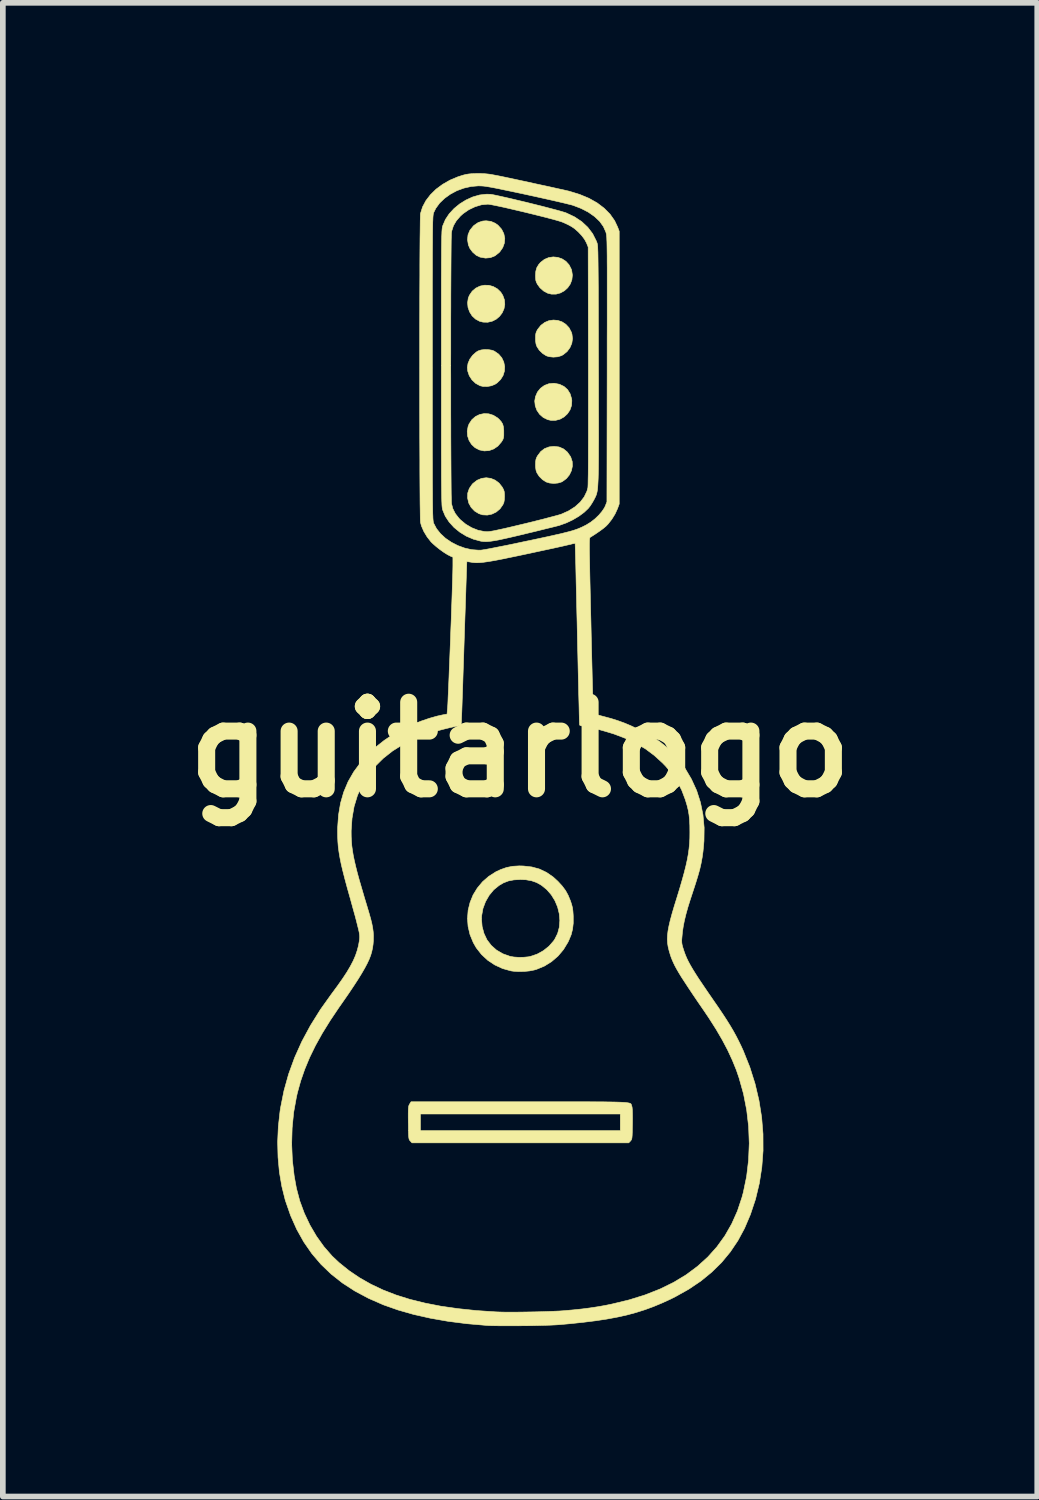
<source format=kicad_pcb>
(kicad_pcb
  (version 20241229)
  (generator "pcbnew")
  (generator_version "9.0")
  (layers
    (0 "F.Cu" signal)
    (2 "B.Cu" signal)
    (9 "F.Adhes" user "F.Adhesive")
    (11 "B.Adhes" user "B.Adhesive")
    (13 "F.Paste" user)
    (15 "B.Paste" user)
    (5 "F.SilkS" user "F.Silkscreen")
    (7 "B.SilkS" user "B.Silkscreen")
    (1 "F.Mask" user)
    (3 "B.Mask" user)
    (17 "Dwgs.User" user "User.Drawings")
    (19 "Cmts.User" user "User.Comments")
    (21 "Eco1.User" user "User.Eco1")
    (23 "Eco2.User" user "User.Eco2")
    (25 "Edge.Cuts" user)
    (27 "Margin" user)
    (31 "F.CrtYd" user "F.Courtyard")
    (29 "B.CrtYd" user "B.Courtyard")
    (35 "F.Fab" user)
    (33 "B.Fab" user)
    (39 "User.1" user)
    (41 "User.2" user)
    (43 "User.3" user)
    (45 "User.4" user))
  (footprint "guitarlogo"
    (layer "F.Cu")
    (at 6.103 10.145)
    (property "Reference" "guitarlogo" (at 0 0 0) (layer "F.SilkS") (effects (font (size 1.524 1.524) (thickness 0.3))))
    (attr through_hole)
    (fp_poly (pts (xy -0.547 -8.173) (xy -0.47 -8.151) (xy -0.399 -8.111) (xy -0.339 -8.053) (xy -0.303 -7.996) (xy -0.274 -7.916) (xy -0.268 -7.836) (xy -0.282 -7.759) (xy -0.314 -7.688) (xy -0.361 -7.626) (xy -0.42 -7.576) (xy -0.49 -7.541) (xy -0.568 -7.523) (xy -0.65 -7.525) (xy -0.711 -7.54) (xy -0.783 -7.579) (xy -0.843 -7.635) (xy -0.887 -7.705) (xy -0.915 -7.783) (xy -0.923 -7.865) (xy -0.911 -7.946) (xy -0.891 -7.997) (xy -0.841 -8.07) (xy -0.777 -8.124) (xy -0.705 -8.159) (xy -0.627 -8.175) (xy -0.547 -8.173)) (stroke (width 0.01) (type solid)) (fill yes) (layer "F.SilkS"))
    (fp_poly (pts (xy 0.602 -6.449) (xy 0.695 -6.431) (xy 0.774 -6.393) (xy 0.837 -6.337) (xy 0.882 -6.264) (xy 0.908 -6.176) (xy 0.912 -6.143) (xy 0.907 -6.058) (xy 0.88 -5.98) (xy 0.835 -5.912) (xy 0.776 -5.857) (xy 0.705 -5.817) (xy 0.626 -5.796) (xy 0.543 -5.796) (xy 0.486 -5.809) (xy 0.409 -5.847) (xy 0.345 -5.903) (xy 0.297 -5.973) (xy 0.268 -6.052) (xy 0.259 -6.136) (xy 0.272 -6.213) (xy 0.307 -6.294) (xy 0.361 -6.361) (xy 0.43 -6.411) (xy 0.509 -6.441) (xy 0.595 -6.449) (xy 0.602 -6.449)) (stroke (width 0.01) (type solid)) (fill yes) (layer "F.SilkS"))
    (fp_poly (pts (xy -0.511 -9.298) (xy -0.435 -9.265) (xy -0.386 -9.229) (xy -0.324 -9.16) (xy -0.285 -9.082) (xy -0.268 -9) (xy -0.275 -8.917) (xy -0.304 -8.837) (xy -0.356 -8.762) (xy -0.369 -8.749) (xy -0.441 -8.692) (xy -0.521 -8.66) (xy -0.607 -8.652) (xy -0.7 -8.669) (xy -0.703 -8.669) (xy -0.771 -8.702) (xy -0.832 -8.755) (xy -0.881 -8.82) (xy -0.909 -8.884) (xy -0.924 -8.977) (xy -0.915 -9.063) (xy -0.881 -9.143) (xy -0.823 -9.215) (xy -0.808 -9.229) (xy -0.736 -9.278) (xy -0.657 -9.304) (xy -0.597 -9.309) (xy -0.511 -9.298)) (stroke (width 0.01) (type solid)) (fill yes) (layer "F.SilkS"))
    (fp_poly (pts (xy -0.55 -7.04) (xy -0.487 -7.029) (xy -0.451 -7.014) (xy -0.376 -6.962) (xy -0.321 -6.897) (xy -0.286 -6.823) (xy -0.27 -6.744) (xy -0.274 -6.664) (xy -0.298 -6.586) (xy -0.342 -6.515) (xy -0.405 -6.454) (xy -0.44 -6.431) (xy -0.503 -6.405) (xy -0.576 -6.392) (xy -0.649 -6.393) (xy -0.702 -6.405) (xy -0.78 -6.447) (xy -0.845 -6.508) (xy -0.893 -6.582) (xy -0.921 -6.665) (xy -0.927 -6.726) (xy -0.915 -6.8) (xy -0.883 -6.874) (xy -0.833 -6.942) (xy -0.771 -6.997) (xy -0.737 -7.018) (xy -0.685 -7.035) (xy -0.62 -7.043) (xy -0.55 -7.04)) (stroke (width 0.01) (type solid)) (fill yes) (layer "F.SilkS"))
    (fp_poly (pts (xy 0.665 -8.665) (xy 0.74 -8.639) (xy 0.808 -8.595) (xy 0.863 -8.534) (xy 0.902 -8.458) (xy 0.909 -8.438) (xy 0.922 -8.353) (xy 0.913 -8.271) (xy 0.885 -8.196) (xy 0.84 -8.131) (xy 0.781 -8.077) (xy 0.712 -8.039) (xy 0.635 -8.018) (xy 0.553 -8.018) (xy 0.488 -8.034) (xy 0.417 -8.072) (xy 0.352 -8.129) (xy 0.308 -8.189) (xy 0.289 -8.226) (xy 0.278 -8.26) (xy 0.274 -8.303) (xy 0.273 -8.344) (xy 0.278 -8.421) (xy 0.296 -8.484) (xy 0.329 -8.539) (xy 0.361 -8.576) (xy 0.429 -8.629) (xy 0.505 -8.661) (xy 0.585 -8.673) (xy 0.665 -8.665)) (stroke (width 0.01) (type solid)) (fill yes) (layer "F.SilkS"))
    (fp_poly (pts (xy -0.55 -5.911) (xy -0.47 -5.886) (xy -0.396 -5.84) (xy -0.369 -5.816) (xy -0.33 -5.772) (xy -0.305 -5.73) (xy -0.292 -5.681) (xy -0.286 -5.618) (xy -0.286 -5.587) (xy -0.286 -5.532) (xy -0.29 -5.495) (xy -0.298 -5.466) (xy -0.313 -5.438) (xy -0.328 -5.415) (xy -0.39 -5.343) (xy -0.463 -5.293) (xy -0.544 -5.264) (xy -0.63 -5.258) (xy -0.716 -5.276) (xy -0.792 -5.316) (xy -0.853 -5.373) (xy -0.897 -5.443) (xy -0.923 -5.522) (xy -0.929 -5.606) (xy -0.913 -5.691) (xy -0.896 -5.734) (xy -0.847 -5.808) (xy -0.784 -5.863) (xy -0.711 -5.899) (xy -0.632 -5.915) (xy -0.55 -5.911)) (stroke (width 0.01) (type solid)) (fill yes) (layer "F.SilkS"))
    (fp_poly (pts (xy 0.666 -7.555) (xy 0.74 -7.53) (xy 0.807 -7.486) (xy 0.863 -7.426) (xy 0.904 -7.348) (xy 0.914 -7.316) (xy 0.924 -7.235) (xy 0.912 -7.153) (xy 0.879 -7.076) (xy 0.829 -7.008) (xy 0.763 -6.954) (xy 0.73 -6.935) (xy 0.663 -6.915) (xy 0.586 -6.909) (xy 0.511 -6.917) (xy 0.462 -6.933) (xy 0.398 -6.974) (xy 0.339 -7.031) (xy 0.298 -7.094) (xy 0.282 -7.138) (xy 0.274 -7.193) (xy 0.273 -7.24) (xy 0.274 -7.293) (xy 0.28 -7.331) (xy 0.292 -7.363) (xy 0.311 -7.398) (xy 0.368 -7.469) (xy 0.436 -7.52) (xy 0.51 -7.551) (xy 0.588 -7.562) (xy 0.666 -7.555)) (stroke (width 0.01) (type solid)) (fill yes) (layer "F.SilkS"))
    (fp_poly (pts (xy 0.686 -5.328) (xy 0.765 -5.294) (xy 0.832 -5.239) (xy 0.887 -5.161) (xy 0.894 -5.147) (xy 0.919 -5.071) (xy 0.922 -4.991) (xy 0.905 -4.911) (xy 0.869 -4.836) (xy 0.816 -4.771) (xy 0.748 -4.721) (xy 0.732 -4.712) (xy 0.669 -4.693) (xy 0.595 -4.686) (xy 0.521 -4.693) (xy 0.462 -4.711) (xy 0.398 -4.751) (xy 0.339 -4.809) (xy 0.298 -4.872) (xy 0.282 -4.916) (xy 0.274 -4.972) (xy 0.273 -5.016) (xy 0.275 -5.071) (xy 0.281 -5.111) (xy 0.294 -5.145) (xy 0.308 -5.171) (xy 0.364 -5.246) (xy 0.431 -5.298) (xy 0.512 -5.329) (xy 0.597 -5.338) (xy 0.686 -5.328)) (stroke (width 0.01) (type solid)) (fill yes) (layer "F.SilkS"))
    (fp_poly (pts (xy -0.514 -4.775) (xy -0.437 -4.743) (xy -0.368 -4.691) (xy -0.311 -4.618) (xy -0.308 -4.612) (xy -0.289 -4.576) (xy -0.278 -4.542) (xy -0.274 -4.499) (xy -0.273 -4.458) (xy -0.276 -4.396) (xy -0.284 -4.351) (xy -0.301 -4.312) (xy -0.301 -4.312) (xy -0.352 -4.239) (xy -0.418 -4.183) (xy -0.494 -4.146) (xy -0.575 -4.129) (xy -0.658 -4.133) (xy -0.724 -4.154) (xy -0.799 -4.2) (xy -0.86 -4.264) (xy -0.901 -4.338) (xy -0.902 -4.34) (xy -0.923 -4.43) (xy -0.92 -4.517) (xy -0.892 -4.598) (xy -0.84 -4.673) (xy -0.827 -4.686) (xy -0.755 -4.742) (xy -0.676 -4.775) (xy -0.595 -4.786) (xy -0.514 -4.775)) (stroke (width 0.01) (type solid)) (fill yes) (layer "F.SilkS"))
    (fp_poly (pts (xy 0.891 6.198) (xy 1.062 6.198) (xy 1.213 6.198) (xy 1.346 6.199) (xy 1.462 6.199) (xy 1.562 6.201) (xy 1.648 6.202) (xy 1.72 6.204) (xy 1.779 6.206) (xy 1.828 6.209) (xy 1.867 6.212) (xy 1.897 6.216) (xy 1.919 6.22) (xy 1.936 6.225) (xy 1.947 6.231) (xy 1.954 6.237) (xy 1.958 6.245) (xy 1.961 6.253) (xy 1.964 6.262) (xy 1.967 6.271) (xy 1.973 6.296) (xy 1.977 6.34) (xy 1.979 6.405) (xy 1.98 6.492) (xy 1.979 6.582) (xy 1.977 6.672) (xy 1.976 6.74) (xy 1.974 6.79) (xy 1.971 6.826) (xy 1.967 6.85) (xy 1.961 6.866) (xy 1.953 6.878) (xy 1.944 6.889) (xy 1.913 6.921) (xy -1.901 6.921) (xy -1.931 6.889) (xy -1.941 6.878) (xy -1.949 6.866) (xy -1.954 6.849) (xy -1.958 6.825) (xy -1.961 6.79) (xy -1.963 6.741) (xy -1.964 6.673) (xy -1.965 6.584) (xy -1.966 6.568) (xy -1.967 6.475) (xy -1.967 6.413) (xy -1.753 6.413) (xy -1.753 6.706) (xy 1.765 6.706) (xy 1.765 6.413) (xy -1.753 6.413) (xy -1.967 6.413) (xy -1.967 6.403) (xy -1.966 6.35) (xy -1.964 6.311) (xy -1.961 6.284) (xy -1.956 6.264) (xy -1.949 6.249) (xy -1.944 6.239) (xy -1.918 6.198) (xy -0.009 6.198) (xy 0.251 6.198) (xy 0.487 6.198) (xy 0.7 6.198) (xy 0.891 6.198)) (stroke (width 0.01) (type solid)) (fill yes) (layer "F.SilkS"))
    (fp_poly (pts (xy 0.062 2.048) (xy 0.209 2.065) (xy 0.343 2.102) (xy 0.467 2.161) (xy 0.584 2.242) (xy 0.667 2.318) (xy 0.742 2.4) (xy 0.801 2.479) (xy 0.847 2.563) (xy 0.888 2.662) (xy 0.893 2.676) (xy 0.911 2.734) (xy 0.924 2.786) (xy 0.931 2.841) (xy 0.936 2.91) (xy 0.937 2.936) (xy 0.937 3.055) (xy 0.925 3.16) (xy 0.9 3.258) (xy 0.859 3.357) (xy 0.844 3.389) (xy 0.765 3.519) (xy 0.668 3.634) (xy 0.554 3.732) (xy 0.428 3.81) (xy 0.29 3.867) (xy 0.248 3.879) (xy 0.166 3.895) (xy 0.071 3.904) (xy -0.026 3.906) (xy -0.116 3.9) (xy -0.159 3.894) (xy -0.306 3.853) (xy -0.443 3.79) (xy -0.568 3.707) (xy -0.677 3.606) (xy -0.769 3.489) (xy -0.822 3.397) (xy -0.88 3.256) (xy -0.914 3.112) (xy -0.924 2.978) (xy -0.678 2.978) (xy -0.667 3.113) (xy -0.634 3.236) (xy -0.581 3.348) (xy -0.507 3.445) (xy -0.415 3.527) (xy -0.305 3.592) (xy -0.179 3.637) (xy -0.178 3.638) (xy -0.107 3.65) (xy -0.021 3.656) (xy 0.068 3.654) (xy 0.151 3.646) (xy 0.187 3.638) (xy 0.302 3.599) (xy 0.412 3.538) (xy 0.51 3.46) (xy 0.591 3.367) (xy 0.611 3.338) (xy 0.662 3.236) (xy 0.692 3.125) (xy 0.701 3.008) (xy 0.691 2.889) (xy 0.662 2.771) (xy 0.615 2.659) (xy 0.551 2.555) (xy 0.471 2.463) (xy 0.379 2.388) (xy 0.293 2.339) (xy 0.204 2.308) (xy 0.104 2.29) (xy 0.006 2.286) (xy -0.107 2.292) (xy -0.204 2.311) (xy -0.292 2.345) (xy -0.367 2.389) (xy -0.463 2.467) (xy -0.543 2.564) (xy -0.607 2.675) (xy -0.652 2.795) (xy -0.675 2.921) (xy -0.678 2.978) (xy -0.924 2.978) (xy -0.924 2.968) (xy -0.913 2.826) (xy -0.879 2.689) (xy -0.826 2.558) (xy -0.752 2.437) (xy -0.66 2.326) (xy -0.55 2.23) (xy -0.423 2.149) (xy -0.339 2.11) (xy -0.236 2.074) (xy -0.13 2.053) (xy -0.014 2.046) (xy 0.062 2.048)) (stroke (width 0.01) (type solid)) (fill yes) (layer "F.SilkS"))
    (fp_poly (pts (xy -0.521 -9.775) (xy -0.487 -9.77) (xy -0.432 -9.759) (xy -0.358 -9.743) (xy -0.269 -9.723) (xy -0.168 -9.7) (xy -0.059 -9.674) (xy 0.056 -9.647) (xy 0.174 -9.618) (xy 0.29 -9.589) (xy 0.403 -9.561) (xy 0.509 -9.533) (xy 0.604 -9.508) (xy 0.686 -9.486) (xy 0.751 -9.467) (xy 0.797 -9.453) (xy 0.811 -9.448) (xy 0.959 -9.378) (xy 1.086 -9.294) (xy 1.192 -9.195) (xy 1.278 -9.082) (xy 1.342 -8.955) (xy 1.356 -8.919) (xy 1.359 -8.91) (xy 1.361 -8.898) (xy 1.364 -8.882) (xy 1.366 -8.861) (xy 1.368 -8.833) (xy 1.369 -8.798) (xy 1.371 -8.755) (xy 1.372 -8.702) (xy 1.373 -8.637) (xy 1.374 -8.561) (xy 1.375 -8.471) (xy 1.376 -8.367) (xy 1.377 -8.248) (xy 1.378 -8.111) (xy 1.378 -7.957) (xy 1.379 -7.783) (xy 1.379 -7.589) (xy 1.38 -7.374) (xy 1.38 -7.136) (xy 1.381 -6.874) (xy 1.381 -6.766) (xy 1.382 -6.49) (xy 1.382 -6.237) (xy 1.382 -6.007) (xy 1.383 -5.8) (xy 1.383 -5.613) (xy 1.383 -5.445) (xy 1.382 -5.296) (xy 1.382 -5.163) (xy 1.381 -5.047) (xy 1.38 -4.945) (xy 1.378 -4.857) (xy 1.376 -4.781) (xy 1.373 -4.717) (xy 1.37 -4.662) (xy 1.367 -4.616) (xy 1.363 -4.578) (xy 1.358 -4.546) (xy 1.352 -4.519) (xy 1.346 -4.496) (xy 1.339 -4.476) (xy 1.331 -4.458) (xy 1.323 -4.44) (xy 1.313 -4.422) (xy 1.303 -4.401) (xy 1.303 -4.401) (xy 1.271 -4.345) (xy 1.234 -4.288) (xy 1.2 -4.245) (xy 1.127 -4.176) (xy 1.035 -4.108) (xy 0.928 -4.045) (xy 0.814 -3.991) (xy 0.697 -3.949) (xy 0.684 -3.945) (xy 0.657 -3.938) (xy 0.609 -3.926) (xy 0.541 -3.909) (xy 0.458 -3.889) (xy 0.362 -3.865) (xy 0.257 -3.839) (xy 0.144 -3.812) (xy 0.083 -3.797) (xy -0.064 -3.762) (xy -0.188 -3.733) (xy -0.292 -3.71) (xy -0.379 -3.691) (xy -0.452 -3.678) (xy -0.512 -3.669) (xy -0.562 -3.664) (xy -0.606 -3.662) (xy -0.644 -3.664) (xy -0.68 -3.668) (xy -0.692 -3.67) (xy -0.821 -3.705) (xy -0.945 -3.758) (xy -1.059 -3.828) (xy -1.161 -3.911) (xy -1.247 -4.006) (xy -1.315 -4.109) (xy -1.359 -4.214) (xy -1.362 -4.224) (xy -1.365 -4.235) (xy -1.367 -4.248) (xy -1.37 -4.263) (xy -1.372 -4.283) (xy -1.374 -4.307) (xy -1.375 -4.338) (xy -1.377 -4.376) (xy -1.378 -4.423) (xy -1.379 -4.479) (xy -1.38 -4.546) (xy -1.381 -4.624) (xy -1.382 -4.715) (xy -1.383 -4.82) (xy -1.383 -4.94) (xy -1.383 -5.076) (xy -1.384 -5.229) (xy -1.384 -5.4) (xy -1.384 -5.591) (xy -1.384 -5.802) (xy -1.384 -6.035) (xy -1.384 -6.29) (xy -1.384 -6.569) (xy -1.384 -6.718) (xy -1.384 -6.757) (xy -1.22 -6.757) (xy -1.219 -6.541) (xy -1.219 -6.327) (xy -1.219 -6.115) (xy -1.219 -5.908) (xy -1.218 -5.706) (xy -1.218 -5.513) (xy -1.217 -5.328) (xy -1.216 -5.154) (xy -1.215 -4.993) (xy -1.214 -4.845) (xy -1.213 -4.712) (xy -1.212 -4.597) (xy -1.211 -4.5) (xy -1.209 -4.423) (xy -1.208 -4.368) (xy -1.206 -4.337) (xy -1.206 -4.331) (xy -1.182 -4.24) (xy -1.139 -4.155) (xy -1.076 -4.074) (xy -1.048 -4.045) (xy -0.955 -3.968) (xy -0.85 -3.906) (xy -0.739 -3.862) (xy -0.626 -3.839) (xy -0.578 -3.836) (xy -0.55 -3.838) (xy -0.508 -3.844) (xy -0.451 -3.854) (xy -0.378 -3.87) (xy -0.285 -3.89) (xy -0.173 -3.916) (xy -0.039 -3.948) (xy 0.07 -3.974) (xy 0.19 -4.003) (xy 0.305 -4.032) (xy 0.413 -4.059) (xy 0.51 -4.085) (xy 0.594 -4.107) (xy 0.661 -4.125) (xy 0.709 -4.139) (xy 0.73 -4.146) (xy 0.858 -4.204) (xy 0.969 -4.275) (xy 1.06 -4.357) (xy 1.13 -4.449) (xy 1.178 -4.549) (xy 1.194 -4.607) (xy 1.196 -4.629) (xy 1.198 -4.676) (xy 1.199 -4.748) (xy 1.201 -4.845) (xy 1.202 -4.966) (xy 1.203 -5.111) (xy 1.203 -5.281) (xy 1.204 -5.474) (xy 1.204 -5.691) (xy 1.204 -5.932) (xy 1.204 -6.195) (xy 1.204 -6.482) (xy 1.204 -6.756) (xy 1.2 -8.846) (xy 1.17 -8.92) (xy 1.137 -8.981) (xy 1.087 -9.048) (xy 1.026 -9.113) (xy 0.96 -9.171) (xy 0.91 -9.205) (xy 0.86 -9.233) (xy 0.8 -9.262) (xy 0.752 -9.283) (xy 0.716 -9.296) (xy 0.659 -9.313) (xy 0.585 -9.334) (xy 0.497 -9.357) (xy 0.397 -9.383) (xy 0.288 -9.41) (xy 0.175 -9.438) (xy 0.06 -9.466) (xy -0.055 -9.493) (xy -0.166 -9.519) (xy -0.269 -9.543) (xy -0.362 -9.563) (xy -0.443 -9.58) (xy -0.506 -9.592) (xy -0.551 -9.6) (xy -0.569 -9.601) (xy -0.68 -9.59) (xy -0.792 -9.556) (xy -0.901 -9.504) (xy -1.001 -9.435) (xy -1.049 -9.392) (xy -1.121 -9.309) (xy -1.171 -9.224) (xy -1.201 -9.132) (xy -1.206 -9.104) (xy -1.208 -9.081) (xy -1.209 -9.035) (xy -1.211 -8.966) (xy -1.212 -8.876) (xy -1.213 -8.767) (xy -1.214 -8.641) (xy -1.215 -8.498) (xy -1.216 -8.342) (xy -1.217 -8.172) (xy -1.218 -7.991) (xy -1.218 -7.801) (xy -1.219 -7.602) (xy -1.219 -7.397) (xy -1.219 -7.186) (xy -1.219 -6.973) (xy -1.22 -6.757) (xy -1.384 -6.757) (xy -1.384 -7.01) (xy -1.384 -7.277) (xy -1.384 -7.521) (xy -1.384 -7.743) (xy -1.384 -7.944) (xy -1.384 -8.124) (xy -1.384 -8.287) (xy -1.383 -8.431) (xy -1.383 -8.559) (xy -1.382 -8.671) (xy -1.382 -8.769) (xy -1.381 -8.853) (xy -1.38 -8.926) (xy -1.379 -8.987) (xy -1.378 -9.038) (xy -1.376 -9.08) (xy -1.375 -9.115) (xy -1.373 -9.142) (xy -1.371 -9.164) (xy -1.369 -9.182) (xy -1.366 -9.196) (xy -1.364 -9.207) (xy -1.361 -9.218) (xy -1.359 -9.223) (xy -1.313 -9.331) (xy -1.246 -9.432) (xy -1.16 -9.525) (xy -1.061 -9.606) (xy -0.95 -9.675) (xy -0.833 -9.728) (xy -0.712 -9.763) (xy -0.591 -9.777) (xy -0.521 -9.775)) (stroke (width 0.01) (type solid)) (fill yes) (layer "F.SilkS"))
    (fp_poly (pts (xy -0.686 -10.14) (xy -0.651 -10.139) (xy -0.618 -10.137) (xy -0.584 -10.134) (xy -0.546 -10.13) (xy -0.501 -10.123) (xy -0.448 -10.113) (xy -0.384 -10.101) (xy -0.306 -10.085) (xy -0.211 -10.065) (xy -0.098 -10.041) (xy 0.036 -10.012) (xy 0.108 -9.997) (xy 0.237 -9.968) (xy 0.362 -9.941) (xy 0.479 -9.916) (xy 0.587 -9.892) (xy 0.681 -9.871) (xy 0.76 -9.854) (xy 0.82 -9.84) (xy 0.859 -9.831) (xy 0.867 -9.829) (xy 1.049 -9.773) (xy 1.213 -9.705) (xy 1.357 -9.624) (xy 1.481 -9.53) (xy 1.584 -9.426) (xy 1.665 -9.311) (xy 1.717 -9.201) (xy 1.746 -9.125) (xy 1.746 -4.324) (xy 1.716 -4.242) (xy 1.673 -4.148) (xy 1.615 -4.054) (xy 1.549 -3.97) (xy 1.513 -3.933) (xy 1.465 -3.893) (xy 1.401 -3.846) (xy 1.328 -3.796) (xy 1.253 -3.748) (xy 1.237 -3.739) (xy 1.234 -3.736) (xy 1.23 -3.731) (xy 1.227 -3.723) (xy 1.225 -3.71) (xy 1.223 -3.69) (xy 1.222 -3.662) (xy 1.221 -3.626) (xy 1.221 -3.578) (xy 1.221 -3.518) (xy 1.222 -3.444) (xy 1.224 -3.355) (xy 1.226 -3.249) (xy 1.228 -3.125) (xy 1.231 -2.981) (xy 1.235 -2.816) (xy 1.239 -2.629) (xy 1.243 -2.444) (xy 1.248 -2.259) (xy 1.252 -2.076) (xy 1.256 -1.899) (xy 1.26 -1.728) (xy 1.264 -1.567) (xy 1.268 -1.417) (xy 1.271 -1.281) (xy 1.274 -1.16) (xy 1.277 -1.057) (xy 1.279 -0.974) (xy 1.281 -0.914) (xy 1.281 -0.897) (xy 1.289 -0.631) (xy 1.477 -0.582) (xy 1.607 -0.547) (xy 1.723 -0.51) (xy 1.834 -0.47) (xy 1.946 -0.423) (xy 2.069 -0.365) (xy 2.117 -0.342) (xy 2.294 -0.247) (xy 2.449 -0.148) (xy 2.587 -0.04) (xy 2.71 0.078) (xy 2.822 0.211) (xy 2.902 0.324) (xy 3.017 0.519) (xy 3.109 0.72) (xy 3.176 0.929) (xy 3.22 1.146) (xy 3.241 1.373) (xy 3.238 1.608) (xy 3.232 1.679) (xy 3.221 1.794) (xy 3.206 1.9) (xy 3.187 2.003) (xy 3.163 2.109) (xy 3.131 2.222) (xy 3.092 2.349) (xy 3.053 2.469) (xy 3 2.63) (xy 2.956 2.77) (xy 2.921 2.895) (xy 2.894 3.006) (xy 2.874 3.107) (xy 2.86 3.201) (xy 2.856 3.24) (xy 2.85 3.306) (xy 2.846 3.354) (xy 2.847 3.391) (xy 2.851 3.423) (xy 2.859 3.459) (xy 2.873 3.504) (xy 2.874 3.508) (xy 2.893 3.565) (xy 2.913 3.619) (xy 2.937 3.675) (xy 2.965 3.732) (xy 2.999 3.795) (xy 3.04 3.865) (xy 3.089 3.944) (xy 3.148 4.036) (xy 3.219 4.141) (xy 3.301 4.262) (xy 3.392 4.394) (xy 3.488 4.533) (xy 3.57 4.655) (xy 3.641 4.764) (xy 3.702 4.862) (xy 3.755 4.952) (xy 3.803 5.039) (xy 3.847 5.125) (xy 3.89 5.213) (xy 3.93 5.301) (xy 4.045 5.589) (xy 4.137 5.881) (xy 4.206 6.175) (xy 4.253 6.471) (xy 4.277 6.766) (xy 4.278 7.06) (xy 4.256 7.35) (xy 4.212 7.634) (xy 4.145 7.913) (xy 4.055 8.183) (xy 3.951 8.427) (xy 3.835 8.642) (xy 3.701 8.841) (xy 3.548 9.026) (xy 3.375 9.196) (xy 3.182 9.354) (xy 2.968 9.498) (xy 2.732 9.63) (xy 2.648 9.672) (xy 2.497 9.741) (xy 2.348 9.803) (xy 2.198 9.858) (xy 2.043 9.907) (xy 1.881 9.951) (xy 1.709 9.989) (xy 1.526 10.023) (xy 1.327 10.053) (xy 1.11 10.08) (xy 0.873 10.105) (xy 0.679 10.122) (xy 0.614 10.126) (xy 0.528 10.13) (xy 0.425 10.133) (xy 0.31 10.136) (xy 0.185 10.139) (xy 0.057 10.14) (xy -0.072 10.141) (xy -0.198 10.141) (xy -0.315 10.141) (xy -0.42 10.14) (xy -0.509 10.138) (xy -0.578 10.135) (xy -0.591 10.134) (xy -0.937 10.104) (xy -1.266 10.062) (xy -1.579 10.007) (xy -1.873 9.941) (xy -2.146 9.863) (xy -2.399 9.774) (xy -2.407 9.771) (xy -2.667 9.657) (xy -2.907 9.529) (xy -3.126 9.387) (xy -3.325 9.23) (xy -3.504 9.058) (xy -3.664 8.87) (xy -3.806 8.665) (xy -3.93 8.443) (xy -4.037 8.203) (xy -4.127 7.944) (xy -4.133 7.925) (xy -4.192 7.688) (xy -4.235 7.437) (xy -4.259 7.176) (xy -4.265 6.941) (xy -4.019 6.941) (xy -4.007 7.224) (xy -3.975 7.503) (xy -3.936 7.719) (xy -3.877 7.942) (xy -3.797 8.159) (xy -3.698 8.368) (xy -3.582 8.566) (xy -3.451 8.749) (xy -3.307 8.914) (xy -3.184 9.03) (xy -3.01 9.17) (xy -2.824 9.296) (xy -2.625 9.409) (xy -2.412 9.51) (xy -2.183 9.599) (xy -1.937 9.676) (xy -1.674 9.741) (xy -1.393 9.796) (xy -1.091 9.839) (xy -0.768 9.873) (xy -0.423 9.896) (xy -0.368 9.898) (xy -0.303 9.9) (xy -0.216 9.901) (xy -0.113 9.901) (xy 0.002 9.9) (xy 0.124 9.898) (xy 0.249 9.896) (xy 0.373 9.893) (xy 0.491 9.889) (xy 0.599 9.885) (xy 0.691 9.881) (xy 0.765 9.876) (xy 0.776 9.875) (xy 0.946 9.86) (xy 1.097 9.844) (xy 1.235 9.826) (xy 1.367 9.806) (xy 1.498 9.783) (xy 1.619 9.758) (xy 1.921 9.685) (xy 2.203 9.597) (xy 2.464 9.494) (xy 2.705 9.376) (xy 2.925 9.243) (xy 3.125 9.094) (xy 3.306 8.93) (xy 3.466 8.751) (xy 3.606 8.557) (xy 3.726 8.347) (xy 3.827 8.121) (xy 3.907 7.88) (xy 3.931 7.791) (xy 3.989 7.511) (xy 4.023 7.223) (xy 4.035 6.93) (xy 4.024 6.637) (xy 3.99 6.344) (xy 3.934 6.057) (xy 3.855 5.776) (xy 3.808 5.639) (xy 3.737 5.465) (xy 3.656 5.29) (xy 3.561 5.11) (xy 3.452 4.923) (xy 3.326 4.725) (xy 3.239 4.596) (xy 3.135 4.445) (xy 3.045 4.312) (xy 2.967 4.195) (xy 2.901 4.094) (xy 2.844 4.007) (xy 2.797 3.93) (xy 2.758 3.863) (xy 2.726 3.804) (xy 2.7 3.75) (xy 2.678 3.7) (xy 2.659 3.652) (xy 2.644 3.607) (xy 2.623 3.535) (xy 2.607 3.469) (xy 2.597 3.404) (xy 2.593 3.338) (xy 2.596 3.268) (xy 2.605 3.191) (xy 2.621 3.105) (xy 2.644 3.006) (xy 2.675 2.891) (xy 2.714 2.758) (xy 2.756 2.623) (xy 2.809 2.45) (xy 2.853 2.299) (xy 2.89 2.165) (xy 2.92 2.046) (xy 2.944 1.938) (xy 2.962 1.839) (xy 2.975 1.744) (xy 2.984 1.652) (xy 2.989 1.559) (xy 2.99 1.462) (xy 2.99 1.454) (xy 2.989 1.336) (xy 2.984 1.236) (xy 2.975 1.148) (xy 2.961 1.065) (xy 2.94 0.98) (xy 2.912 0.888) (xy 2.908 0.875) (xy 2.846 0.712) (xy 2.769 0.563) (xy 2.675 0.424) (xy 2.561 0.288) (xy 2.503 0.229) (xy 2.362 0.101) (xy 2.212 -0.011) (xy 2.048 -0.108) (xy 1.868 -0.194) (xy 1.667 -0.271) (xy 1.644 -0.279) (xy 1.572 -0.301) (xy 1.491 -0.325) (xy 1.406 -0.349) (xy 1.321 -0.37) (xy 1.242 -0.39) (xy 1.173 -0.405) (xy 1.118 -0.415) (xy 1.082 -0.419) (xy 1.081 -0.419) (xy 1.057 -0.426) (xy 1.049 -0.435) (xy 1.048 -0.449) (xy 1.046 -0.488) (xy 1.044 -0.548) (xy 1.042 -0.63) (xy 1.04 -0.73) (xy 1.037 -0.849) (xy 1.033 -0.983) (xy 1.03 -1.132) (xy 1.026 -1.294) (xy 1.022 -1.468) (xy 1.018 -1.652) (xy 1.013 -1.844) (xy 1.009 -2.038) (xy 1.005 -2.237) (xy 1 -2.429) (xy 0.996 -2.611) (xy 0.992 -2.784) (xy 0.988 -2.945) (xy 0.985 -3.093) (xy 0.982 -3.226) (xy 0.979 -3.343) (xy 0.976 -3.443) (xy 0.974 -3.522) (xy 0.972 -3.581) (xy 0.971 -3.618) (xy 0.97 -3.631) (xy 0.957 -3.63) (xy 0.926 -3.624) (xy 0.893 -3.615) (xy 0.866 -3.609) (xy 0.818 -3.598) (xy 0.75 -3.582) (xy 0.664 -3.563) (xy 0.565 -3.541) (xy 0.452 -3.517) (xy 0.331 -3.491) (xy 0.202 -3.463) (xy 0.127 -3.447) (xy -0.042 -3.411) (xy -0.188 -3.381) (xy -0.313 -3.355) (xy -0.421 -3.334) (xy -0.511 -3.318) (xy -0.588 -3.306) (xy -0.652 -3.297) (xy -0.707 -3.292) (xy -0.753 -3.29) (xy -0.793 -3.291) (xy -0.83 -3.294) (xy -0.864 -3.3) (xy -0.902 -3.306) (xy -0.928 -3.31) (xy -0.936 -3.31) (xy -0.936 -3.298) (xy -0.938 -3.261) (xy -0.94 -3.203) (xy -0.943 -3.123) (xy -0.946 -3.025) (xy -0.95 -2.91) (xy -0.954 -2.778) (xy -0.959 -2.633) (xy -0.964 -2.475) (xy -0.97 -2.306) (xy -0.976 -2.127) (xy -0.982 -1.941) (xy -0.984 -1.88) (xy -0.99 -1.691) (xy -0.996 -1.51) (xy -1.002 -1.337) (xy -1.007 -1.174) (xy -1.012 -1.023) (xy -1.017 -0.886) (xy -1.021 -0.764) (xy -1.025 -0.658) (xy -1.029 -0.571) (xy -1.031 -0.504) (xy -1.034 -0.459) (xy -1.035 -0.437) (xy -1.035 -0.435) (xy -1.051 -0.422) (xy -1.07 -0.419) (xy -1.1 -0.416) (xy -1.149 -0.406) (xy -1.214 -0.392) (xy -1.289 -0.374) (xy -1.369 -0.354) (xy -1.45 -0.332) (xy -1.527 -0.311) (xy -1.595 -0.29) (xy -1.625 -0.281) (xy -1.851 -0.194) (xy -2.057 -0.093) (xy -2.243 0.023) (xy -2.409 0.154) (xy -2.554 0.298) (xy -2.678 0.455) (xy -2.78 0.626) (xy -2.862 0.808) (xy -2.921 1.003) (xy -2.957 1.21) (xy -2.972 1.427) (xy -2.972 1.453) (xy -2.971 1.533) (xy -2.967 1.611) (xy -2.961 1.69) (xy -2.95 1.77) (xy -2.936 1.856) (xy -2.917 1.949) (xy -2.893 2.053) (xy -2.864 2.168) (xy -2.828 2.299) (xy -2.785 2.446) (xy -2.736 2.614) (xy -2.693 2.756) (xy -2.657 2.877) (xy -2.628 2.979) (xy -2.607 3.065) (xy -2.593 3.139) (xy -2.584 3.207) (xy -2.58 3.271) (xy -2.581 3.336) (xy -2.581 3.358) (xy -2.586 3.424) (xy -2.595 3.488) (xy -2.609 3.553) (xy -2.628 3.619) (xy -2.655 3.689) (xy -2.69 3.764) (xy -2.734 3.847) (xy -2.788 3.94) (xy -2.852 4.044) (xy -2.929 4.162) (xy -3.018 4.295) (xy -3.122 4.445) (xy -3.185 4.535) (xy -3.343 4.77) (xy -3.481 4.993) (xy -3.601 5.209) (xy -3.703 5.418) (xy -3.789 5.625) (xy -3.861 5.832) (xy -3.919 6.042) (xy -3.936 6.118) (xy -3.984 6.383) (xy -4.011 6.659) (xy -4.019 6.941) (xy -4.265 6.941) (xy -4.266 6.907) (xy -4.254 6.636) (xy -4.224 6.366) (xy -4.215 6.306) (xy -4.155 6.005) (xy -4.073 5.711) (xy -3.968 5.422) (xy -3.84 5.137) (xy -3.688 4.855) (xy -3.512 4.573) (xy -3.323 4.308) (xy -3.216 4.163) (xy -3.125 4.034) (xy -3.049 3.919) (xy -2.987 3.814) (xy -2.936 3.717) (xy -2.896 3.625) (xy -2.866 3.536) (xy -2.843 3.448) (xy -2.83 3.376) (xy -2.824 3.333) (xy -2.822 3.297) (xy -2.824 3.262) (xy -2.83 3.22) (xy -2.842 3.165) (xy -2.851 3.129) (xy -2.864 3.077) (xy -2.882 3.005) (xy -2.905 2.918) (xy -2.932 2.822) (xy -2.96 2.72) (xy -2.988 2.618) (xy -2.991 2.608) (xy -3.041 2.431) (xy -3.083 2.275) (xy -3.118 2.138) (xy -3.147 2.016) (xy -3.169 1.906) (xy -3.186 1.805) (xy -3.199 1.71) (xy -3.206 1.619) (xy -3.21 1.528) (xy -3.211 1.434) (xy -3.21 1.372) (xy -3.194 1.149) (xy -3.159 0.941) (xy -3.103 0.747) (xy -3.026 0.564) (xy -2.927 0.391) (xy -2.805 0.226) (xy -2.673 0.082) (xy -2.533 -0.05) (xy -2.39 -0.163) (xy -2.236 -0.266) (xy -2.166 -0.307) (xy -2.034 -0.376) (xy -1.89 -0.442) (xy -1.742 -0.502) (xy -1.595 -0.552) (xy -1.457 -0.591) (xy -1.367 -0.611) (xy -1.284 -0.626) (xy -1.278 -0.704) (xy -1.276 -0.725) (xy -1.274 -0.749) (xy -1.272 -0.778) (xy -1.27 -0.812) (xy -1.268 -0.856) (xy -1.266 -0.91) (xy -1.263 -0.976) (xy -1.259 -1.058) (xy -1.255 -1.156) (xy -1.25 -1.274) (xy -1.245 -1.412) (xy -1.238 -1.574) (xy -1.238 -1.575) (xy -1.231 -1.752) (xy -1.224 -1.929) (xy -1.218 -2.105) (xy -1.211 -2.277) (xy -1.206 -2.442) (xy -1.2 -2.599) (xy -1.195 -2.745) (xy -1.191 -2.879) (xy -1.187 -2.997) (xy -1.184 -3.098) (xy -1.182 -3.179) (xy -1.181 -3.238) (xy -1.181 -3.264) (xy -1.181 -3.388) (xy -1.222 -3.405) (xy -1.275 -3.432) (xy -1.339 -3.472) (xy -1.408 -3.521) (xy -1.475 -3.574) (xy -1.534 -3.626) (xy -1.566 -3.657) (xy -1.635 -3.745) (xy -1.693 -3.841) (xy -1.735 -3.938) (xy -1.751 -3.998) (xy -1.753 -4.019) (xy -1.755 -4.063) (xy -1.756 -4.13) (xy -1.757 -4.218) (xy -1.759 -4.326) (xy -1.76 -4.452) (xy -1.761 -4.594) (xy -1.762 -4.752) (xy -1.763 -4.923) (xy -1.763 -5.107) (xy -1.764 -5.302) (xy -1.765 -5.506) (xy -1.765 -5.718) (xy -1.766 -5.936) (xy -1.766 -6.159) (xy -1.766 -6.386) (xy -1.766 -6.615) (xy -1.766 -6.735) (xy -1.543 -6.735) (xy -1.543 -6.718) (xy -1.543 -6.411) (xy -1.543 -6.129) (xy -1.543 -5.869) (xy -1.543 -5.632) (xy -1.543 -5.416) (xy -1.543 -5.221) (xy -1.542 -5.044) (xy -1.542 -4.886) (xy -1.542 -4.745) (xy -1.541 -4.62) (xy -1.54 -4.51) (xy -1.54 -4.415) (xy -1.539 -4.332) (xy -1.538 -4.261) (xy -1.537 -4.201) (xy -1.536 -4.151) (xy -1.534 -4.11) (xy -1.533 -4.077) (xy -1.531 -4.051) (xy -1.529 -4.03) (xy -1.527 -4.014) (xy -1.525 -4.002) (xy -1.523 -3.993) (xy -1.52 -3.985) (xy -1.52 -3.985) (xy -1.47 -3.89) (xy -1.399 -3.801) (xy -1.311 -3.72) (xy -1.208 -3.65) (xy -1.095 -3.592) (xy -0.974 -3.548) (xy -0.851 -3.52) (xy -0.727 -3.511) (xy -0.686 -3.512) (xy -0.657 -3.516) (xy -0.607 -3.524) (xy -0.537 -3.537) (xy -0.45 -3.554) (xy -0.35 -3.574) (xy -0.237 -3.596) (xy -0.116 -3.621) (xy 0.011 -3.648) (xy 0.057 -3.658) (xy 0.23 -3.694) (xy 0.38 -3.726) (xy 0.51 -3.754) (xy 0.62 -3.779) (xy 0.715 -3.8) (xy 0.794 -3.82) (xy 0.862 -3.837) (xy 0.919 -3.853) (xy 0.969 -3.869) (xy 1.012 -3.884) (xy 1.051 -3.9) (xy 1.088 -3.916) (xy 1.126 -3.935) (xy 1.166 -3.955) (xy 1.172 -3.959) (xy 1.245 -4.004) (xy 1.318 -4.061) (xy 1.386 -4.126) (xy 1.443 -4.193) (xy 1.486 -4.257) (xy 1.5 -4.286) (xy 1.53 -4.362) (xy 1.534 -6.693) (xy 1.534 -6.978) (xy 1.534 -7.24) (xy 1.535 -7.478) (xy 1.535 -7.694) (xy 1.535 -7.889) (xy 1.535 -8.064) (xy 1.535 -8.221) (xy 1.535 -8.36) (xy 1.535 -8.483) (xy 1.534 -8.591) (xy 1.534 -8.684) (xy 1.533 -8.764) (xy 1.532 -8.832) (xy 1.531 -8.89) (xy 1.53 -8.938) (xy 1.528 -8.977) (xy 1.527 -9.009) (xy 1.525 -9.034) (xy 1.523 -9.054) (xy 1.521 -9.07) (xy 1.518 -9.084) (xy 1.515 -9.095) (xy 1.512 -9.106) (xy 1.512 -9.108) (xy 1.468 -9.207) (xy 1.402 -9.299) (xy 1.312 -9.384) (xy 1.202 -9.461) (xy 1.071 -9.528) (xy 0.936 -9.58) (xy 0.905 -9.589) (xy 0.852 -9.602) (xy 0.78 -9.62) (xy 0.69 -9.641) (xy 0.586 -9.665) (xy 0.47 -9.691) (xy 0.345 -9.719) (xy 0.213 -9.748) (xy 0.117 -9.769) (xy -0.037 -9.802) (xy -0.169 -9.83) (xy -0.281 -9.853) (xy -0.374 -9.873) (xy -0.451 -9.888) (xy -0.515 -9.9) (xy -0.568 -9.909) (xy -0.611 -9.916) (xy -0.647 -9.92) (xy -0.679 -9.922) (xy -0.708 -9.923) (xy -0.73 -9.924) (xy -0.86 -9.913) (xy -0.988 -9.884) (xy -1.111 -9.839) (xy -1.225 -9.778) (xy -1.327 -9.705) (xy -1.414 -9.622) (xy -1.482 -9.529) (xy -1.52 -9.452) (xy -1.522 -9.444) (xy -1.525 -9.435) (xy -1.527 -9.423) (xy -1.529 -9.408) (xy -1.531 -9.387) (xy -1.533 -9.361) (xy -1.534 -9.328) (xy -1.536 -9.288) (xy -1.537 -9.238) (xy -1.538 -9.179) (xy -1.539 -9.109) (xy -1.54 -9.027) (xy -1.54 -8.932) (xy -1.541 -8.823) (xy -1.542 -8.699) (xy -1.542 -8.558) (xy -1.542 -8.401) (xy -1.543 -8.226) (xy -1.543 -8.031) (xy -1.543 -7.817) (xy -1.543 -7.581) (xy -1.543 -7.323) (xy -1.543 -7.041) (xy -1.543 -6.735) (xy -1.766 -6.735) (xy -1.766 -6.845) (xy -1.766 -7.074) (xy -1.766 -7.301) (xy -1.766 -7.523) (xy -1.765 -7.741) (xy -1.765 -7.952) (xy -1.764 -8.155) (xy -1.763 -8.349) (xy -1.763 -8.531) (xy -1.762 -8.701) (xy -1.761 -8.858) (xy -1.76 -8.998) (xy -1.758 -9.122) (xy -1.757 -9.228) (xy -1.756 -9.314) (xy -1.754 -9.379) (xy -1.753 -9.421) (xy -1.751 -9.439) (xy -1.715 -9.553) (xy -1.656 -9.664) (xy -1.576 -9.768) (xy -1.477 -9.865) (xy -1.362 -9.95) (xy -1.233 -10.024) (xy -1.093 -10.083) (xy -1.002 -10.112) (xy -0.95 -10.125) (xy -0.9 -10.133) (xy -0.845 -10.138) (xy -0.777 -10.14) (xy -0.724 -10.14) (xy -0.686 -10.14)) (stroke (width 0.01) (type solid)) (fill yes) (layer "F.SilkS")))
  (gr_rect
    (start -3 -3)
    (end 15.207 23.291)
    (stroke (width 0.1) (type default))
    (fill no)
    (layer "Edge.Cuts")))
</source>
